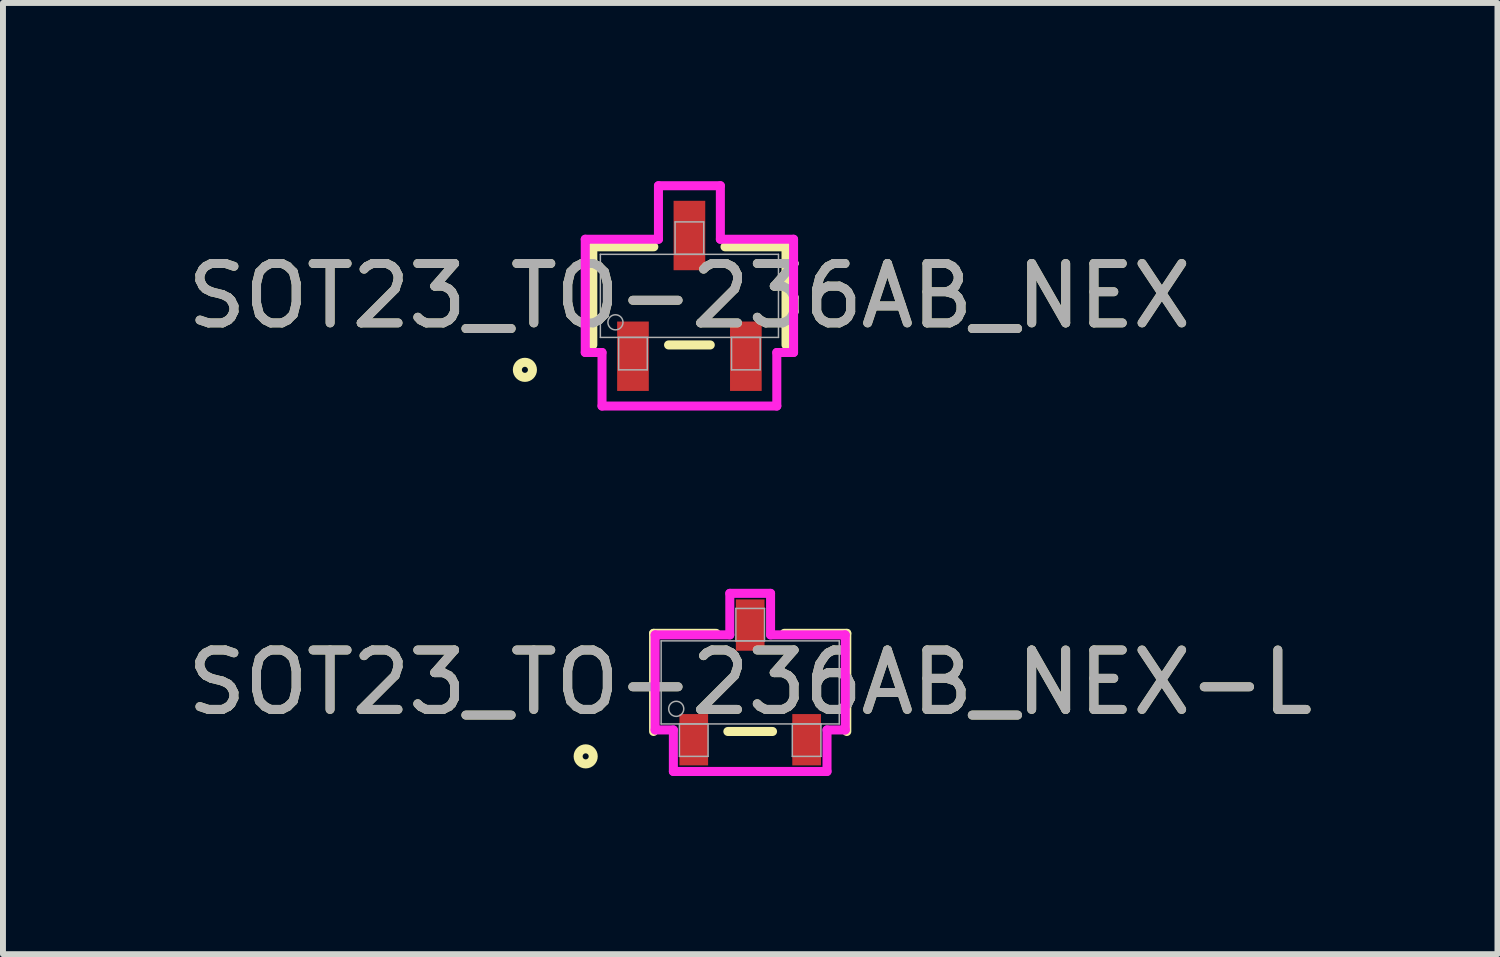
<source format=kicad_pcb>
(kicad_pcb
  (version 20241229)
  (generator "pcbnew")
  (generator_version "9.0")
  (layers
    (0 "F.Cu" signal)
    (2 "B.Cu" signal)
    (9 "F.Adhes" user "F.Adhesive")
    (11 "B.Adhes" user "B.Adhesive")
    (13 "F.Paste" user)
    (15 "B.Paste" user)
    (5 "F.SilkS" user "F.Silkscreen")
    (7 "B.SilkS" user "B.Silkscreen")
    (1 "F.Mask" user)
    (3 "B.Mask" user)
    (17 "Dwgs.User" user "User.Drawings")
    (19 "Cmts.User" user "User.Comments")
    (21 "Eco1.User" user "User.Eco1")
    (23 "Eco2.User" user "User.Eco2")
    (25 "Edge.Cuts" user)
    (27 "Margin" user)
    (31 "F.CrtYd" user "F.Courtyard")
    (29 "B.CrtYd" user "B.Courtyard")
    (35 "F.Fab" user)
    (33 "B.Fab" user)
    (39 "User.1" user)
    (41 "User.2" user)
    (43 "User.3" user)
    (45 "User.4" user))
  (footprint "SOT23_TO-236AB_NEX"
    (layer "F.Cu")
    (at 8.554 1.93)
    (property "Reference" "SOT23_TO-236AB_NEX" (at 0 0 0) (unlocked yes) (layer "F.SilkS") (effects (font (size 1 1) (thickness 0.15))))
    (attr smd)
    (fp_line (start -1.626 -0.826) (end -1.626 0.826) (stroke (width 0.152) (type solid)) (layer "F.SilkS"))
    (fp_line (start -0.599 -0.826) (end -1.626 -0.826) (stroke (width 0.152) (type solid)) (layer "F.SilkS"))
    (fp_line (start -0.351 0.826) (end 0.351 0.826) (stroke (width 0.152) (type solid)) (layer "F.SilkS"))
    (fp_line (start 1.626 -0.826) (end 0.599 -0.826) (stroke (width 0.152) (type solid)) (layer "F.SilkS"))
    (fp_line (start 1.626 0.826) (end 1.626 -0.826) (stroke (width 0.152) (type solid)) (layer "F.SilkS"))
    (fp_circle (center -2.769 1.245) (end -2.642 1.245) (stroke (width 0.152) (type solid)) (fill no) (layer "F.SilkS"))
    (fp_line (start -1.753 -0.953) (end -0.521 -0.953) (stroke (width 0.152) (type solid)) (layer "F.CrtYd"))
    (fp_line (start -1.753 0.953) (end -1.753 -0.953) (stroke (width 0.152) (type solid)) (layer "F.CrtYd"))
    (fp_line (start -1.753 0.953) (end -1.471 0.953) (stroke (width 0.152) (type solid)) (layer "F.CrtYd"))
    (fp_line (start -1.471 0.953) (end -1.471 1.854) (stroke (width 0.152) (type solid)) (layer "F.CrtYd"))
    (fp_line (start -1.471 1.854) (end 1.471 1.854) (stroke (width 0.152) (type solid)) (layer "F.CrtYd"))
    (fp_line (start -0.521 -1.854) (end 0.521 -1.854) (stroke (width 0.152) (type solid)) (layer "F.CrtYd"))
    (fp_line (start -0.521 -0.953) (end -0.521 -1.854) (stroke (width 0.152) (type solid)) (layer "F.CrtYd"))
    (fp_line (start 0.521 -0.953) (end 0.521 -1.854) (stroke (width 0.152) (type solid)) (layer "F.CrtYd"))
    (fp_line (start 1.471 0.953) (end 1.471 1.854) (stroke (width 0.152) (type solid)) (layer "F.CrtYd"))
    (fp_line (start 1.753 -0.953) (end 0.521 -0.953) (stroke (width 0.152) (type solid)) (layer "F.CrtYd"))
    (fp_line (start 1.753 -0.953) (end 1.753 0.953) (stroke (width 0.152) (type solid)) (layer "F.CrtYd"))
    (fp_line (start 1.753 0.953) (end 1.471 0.953) (stroke (width 0.152) (type solid)) (layer "F.CrtYd"))
    (fp_line (start -1.499 -0.699) (end -1.499 0.699) (stroke (width 0.025) (type solid)) (layer "F.Fab"))
    (fp_line (start -1.499 0.699) (end 1.499 0.699) (stroke (width 0.025) (type solid)) (layer "F.Fab"))
    (fp_line (start -1.191 0.699) (end -1.191 1.245) (stroke (width 0.025) (type solid)) (layer "F.Fab"))
    (fp_line (start -1.191 1.245) (end -0.709 1.245) (stroke (width 0.025) (type solid)) (layer "F.Fab"))
    (fp_line (start -0.709 0.699) (end -1.191 0.699) (stroke (width 0.025) (type solid)) (layer "F.Fab"))
    (fp_line (start -0.709 1.245) (end -0.709 0.699) (stroke (width 0.025) (type solid)) (layer "F.Fab"))
    (fp_line (start -0.241 -1.245) (end -0.241 -0.699) (stroke (width 0.025) (type solid)) (layer "F.Fab"))
    (fp_line (start -0.241 -0.699) (end 0.241 -0.699) (stroke (width 0.025) (type solid)) (layer "F.Fab"))
    (fp_line (start 0.241 -1.245) (end -0.241 -1.245) (stroke (width 0.025) (type solid)) (layer "F.Fab"))
    (fp_line (start 0.241 -0.699) (end 0.241 -1.245) (stroke (width 0.025) (type solid)) (layer "F.Fab"))
    (fp_line (start 0.709 0.699) (end 0.709 1.245) (stroke (width 0.025) (type solid)) (layer "F.Fab"))
    (fp_line (start 0.709 1.245) (end 1.191 1.245) (stroke (width 0.025) (type solid)) (layer "F.Fab"))
    (fp_line (start 1.191 0.699) (end 0.709 0.699) (stroke (width 0.025) (type solid)) (layer "F.Fab"))
    (fp_line (start 1.191 1.245) (end 1.191 0.699) (stroke (width 0.025) (type solid)) (layer "F.Fab"))
    (fp_line (start 1.499 -0.699) (end -1.499 -0.699) (stroke (width 0.025) (type solid)) (layer "F.Fab"))
    (fp_line (start 1.499 0.699) (end 1.499 -0.699) (stroke (width 0.025) (type solid)) (layer "F.Fab"))
    (fp_circle (center -1.245 0.445) (end -1.118 0.445) (stroke (width 0.025) (type solid)) (fill no) (layer "F.Fab"))
    (fp_text user "${REFERENCE}" (at 0 0 0) (unlocked yes) (layer "F.Fab") (effects (font (size 1 1) (thickness 0.15))))
    (pad "1" smd rect (at -0.95 1.016) (size 0.533 1.168) (layers "F.Cu" "F.Mask" "F.Paste"))
    (pad "2" smd rect (at 0.95 1.016) (size 0.533 1.168) (layers "F.Cu" "F.Mask" "F.Paste"))
    (pad "3" smd rect (at 0 -1.016) (size 0.533 1.168) (layers "F.Cu" "F.Mask" "F.Paste")))
  (footprint "SOT23_TO-236AB_NEX-L"
    (layer "F.Cu")
    (at 9.577 8.436)
    (property "Reference" "SOT23_TO-236AB_NEX-L" (at 0 0 0) (unlocked yes) (layer "F.SilkS") (effects (font (size 1 1) (thickness 0.15))))
    (attr smd)
    (fp_line (start -1.626 -0.826) (end -1.626 0.826) (stroke (width 0.152) (type solid)) (layer "F.SilkS"))
    (fp_line (start -0.574 -0.826) (end -1.626 -0.826) (stroke (width 0.152) (type solid)) (layer "F.SilkS"))
    (fp_line (start -0.376 0.826) (end 0.376 0.826) (stroke (width 0.152) (type solid)) (layer "F.SilkS"))
    (fp_line (start 1.626 -0.826) (end 0.574 -0.826) (stroke (width 0.152) (type solid)) (layer "F.SilkS"))
    (fp_line (start 1.626 0.826) (end 1.626 -0.826) (stroke (width 0.152) (type solid)) (layer "F.SilkS"))
    (fp_circle (center -2.769 1.245) (end -2.642 1.245) (stroke (width 0.152) (type solid)) (fill no) (layer "F.SilkS"))
    (fp_line (start -1.6 -0.8) (end -0.343 -0.8) (stroke (width 0.152) (type solid)) (layer "F.CrtYd"))
    (fp_line (start -1.6 0.8) (end -1.6 -0.8) (stroke (width 0.152) (type solid)) (layer "F.CrtYd"))
    (fp_line (start -1.6 0.8) (end -1.293 0.8) (stroke (width 0.152) (type solid)) (layer "F.CrtYd"))
    (fp_line (start -1.293 0.8) (end -1.293 1.499) (stroke (width 0.152) (type solid)) (layer "F.CrtYd"))
    (fp_line (start -1.293 1.499) (end 1.293 1.499) (stroke (width 0.152) (type solid)) (layer "F.CrtYd"))
    (fp_line (start -0.343 -1.499) (end 0.343 -1.499) (stroke (width 0.152) (type solid)) (layer "F.CrtYd"))
    (fp_line (start -0.343 -0.8) (end -0.343 -1.499) (stroke (width 0.152) (type solid)) (layer "F.CrtYd"))
    (fp_line (start 0.343 -0.8) (end 0.343 -1.499) (stroke (width 0.152) (type solid)) (layer "F.CrtYd"))
    (fp_line (start 1.293 0.8) (end 1.293 1.499) (stroke (width 0.152) (type solid)) (layer "F.CrtYd"))
    (fp_line (start 1.6 -0.8) (end 0.343 -0.8) (stroke (width 0.152) (type solid)) (layer "F.CrtYd"))
    (fp_line (start 1.6 -0.8) (end 1.6 0.8) (stroke (width 0.152) (type solid)) (layer "F.CrtYd"))
    (fp_line (start 1.6 0.8) (end 1.293 0.8) (stroke (width 0.152) (type solid)) (layer "F.CrtYd"))
    (fp_line (start -1.499 -0.699) (end -1.499 0.699) (stroke (width 0.025) (type solid)) (layer "F.Fab"))
    (fp_line (start -1.499 0.699) (end 1.499 0.699) (stroke (width 0.025) (type solid)) (layer "F.Fab"))
    (fp_line (start -1.191 0.699) (end -1.191 1.245) (stroke (width 0.025) (type solid)) (layer "F.Fab"))
    (fp_line (start -1.191 1.245) (end -0.709 1.245) (stroke (width 0.025) (type solid)) (layer "F.Fab"))
    (fp_line (start -0.709 0.699) (end -1.191 0.699) (stroke (width 0.025) (type solid)) (layer "F.Fab"))
    (fp_line (start -0.709 1.245) (end -0.709 0.699) (stroke (width 0.025) (type solid)) (layer "F.Fab"))
    (fp_line (start -0.241 -1.245) (end -0.241 -0.699) (stroke (width 0.025) (type solid)) (layer "F.Fab"))
    (fp_line (start -0.241 -0.699) (end 0.241 -0.699) (stroke (width 0.025) (type solid)) (layer "F.Fab"))
    (fp_line (start 0.241 -1.245) (end -0.241 -1.245) (stroke (width 0.025) (type solid)) (layer "F.Fab"))
    (fp_line (start 0.241 -0.699) (end 0.241 -1.245) (stroke (width 0.025) (type solid)) (layer "F.Fab"))
    (fp_line (start 0.709 0.699) (end 0.709 1.245) (stroke (width 0.025) (type solid)) (layer "F.Fab"))
    (fp_line (start 0.709 1.245) (end 1.191 1.245) (stroke (width 0.025) (type solid)) (layer "F.Fab"))
    (fp_line (start 1.191 0.699) (end 0.709 0.699) (stroke (width 0.025) (type solid)) (layer "F.Fab"))
    (fp_line (start 1.191 1.245) (end 1.191 0.699) (stroke (width 0.025) (type solid)) (layer "F.Fab"))
    (fp_line (start 1.499 -0.699) (end -1.499 -0.699) (stroke (width 0.025) (type solid)) (layer "F.Fab"))
    (fp_line (start 1.499 0.699) (end 1.499 -0.699) (stroke (width 0.025) (type solid)) (layer "F.Fab"))
    (fp_circle (center -1.245 0.445) (end -1.118 0.445) (stroke (width 0.025) (type solid)) (fill no) (layer "F.Fab"))
    (fp_text user "${REFERENCE}" (at 0 0 0) (unlocked yes) (layer "F.Fab") (effects (font (size 1 1) (thickness 0.15))))
    (pad "1" smd rect (at -0.95 0.965) (size 0.483 0.864) (layers "F.Cu" "F.Mask" "F.Paste"))
    (pad "2" smd rect (at 0.95 0.965) (size 0.483 0.864) (layers "F.Cu" "F.Mask" "F.Paste"))
    (pad "3" smd rect (at 0 -0.965) (size 0.483 0.864) (layers "F.Cu" "F.Mask" "F.Paste")))
  (gr_rect
    (start -3 -3)
    (end 22.155 13.01)
    (stroke (width 0.1) (type default))
    (fill no)
    (layer "Edge.Cuts")))
</source>
